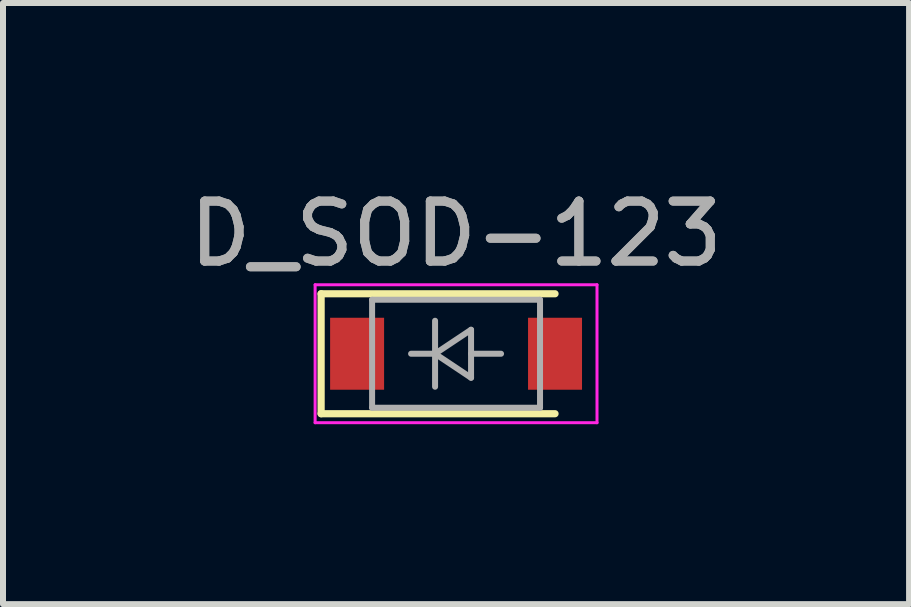
<source format=kicad_pcb>
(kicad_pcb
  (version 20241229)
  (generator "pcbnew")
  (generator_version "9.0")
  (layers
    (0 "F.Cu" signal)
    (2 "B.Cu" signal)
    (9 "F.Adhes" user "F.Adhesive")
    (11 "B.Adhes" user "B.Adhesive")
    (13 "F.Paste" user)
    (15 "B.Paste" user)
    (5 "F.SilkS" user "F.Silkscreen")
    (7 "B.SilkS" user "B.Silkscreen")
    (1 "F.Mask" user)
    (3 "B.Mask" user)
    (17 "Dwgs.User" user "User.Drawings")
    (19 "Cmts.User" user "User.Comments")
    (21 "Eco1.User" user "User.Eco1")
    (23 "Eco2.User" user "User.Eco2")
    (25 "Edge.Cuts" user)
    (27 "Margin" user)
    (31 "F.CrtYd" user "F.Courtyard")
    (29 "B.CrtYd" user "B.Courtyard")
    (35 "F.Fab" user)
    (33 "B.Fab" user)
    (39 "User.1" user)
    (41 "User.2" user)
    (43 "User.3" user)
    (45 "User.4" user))
  (footprint "D_SOD-123"
    (layer "F.Cu")
    (at 4.554 2.848)
    (property "Reference" "D_SOD-123" (at 0 -2 0) (layer "F.Fab") (effects (font (size 1 1) (thickness 0.15))))
    (attr smd)
    (fp_line (start -2.25 -1) (end -2.25 1) (stroke (width 0.12) (type solid)) (layer "F.SilkS"))
    (fp_line (start -2.25 -1) (end 1.65 -1) (stroke (width 0.12) (type solid)) (layer "F.SilkS"))
    (fp_line (start -2.25 1) (end 1.65 1) (stroke (width 0.12) (type solid)) (layer "F.SilkS"))
    (fp_line (start -2.35 -1.15) (end -2.35 1.15) (stroke (width 0.05) (type solid)) (layer "F.CrtYd"))
    (fp_line (start -2.35 -1.15) (end 2.35 -1.15) (stroke (width 0.05) (type solid)) (layer "F.CrtYd"))
    (fp_line (start 2.35 -1.15) (end 2.35 1.15) (stroke (width 0.05) (type solid)) (layer "F.CrtYd"))
    (fp_line (start 2.35 1.15) (end -2.35 1.15) (stroke (width 0.05) (type solid)) (layer "F.CrtYd"))
    (fp_line (start -1.4 -0.9) (end 1.4 -0.9) (stroke (width 0.1) (type solid)) (layer "F.Fab"))
    (fp_line (start -1.4 0.9) (end -1.4 -0.9) (stroke (width 0.1) (type solid)) (layer "F.Fab"))
    (fp_line (start -0.75 0) (end -0.35 0) (stroke (width 0.1) (type solid)) (layer "F.Fab"))
    (fp_line (start -0.35 0) (end -0.35 -0.55) (stroke (width 0.1) (type solid)) (layer "F.Fab"))
    (fp_line (start -0.35 0) (end -0.35 0.55) (stroke (width 0.1) (type solid)) (layer "F.Fab"))
    (fp_line (start -0.35 0) (end 0.25 -0.4) (stroke (width 0.1) (type solid)) (layer "F.Fab"))
    (fp_line (start 0.25 -0.4) (end 0.25 0.4) (stroke (width 0.1) (type solid)) (layer "F.Fab"))
    (fp_line (start 0.25 0) (end 0.75 0) (stroke (width 0.1) (type solid)) (layer "F.Fab"))
    (fp_line (start 0.25 0.4) (end -0.35 0) (stroke (width 0.1) (type solid)) (layer "F.Fab"))
    (fp_line (start 1.4 -0.9) (end 1.4 0.9) (stroke (width 0.1) (type solid)) (layer "F.Fab"))
    (fp_line (start 1.4 0.9) (end -1.4 0.9) (stroke (width 0.1) (type solid)) (layer "F.Fab"))
    (fp_text user "${REFERENCE}" (at 0 -2 0) (layer "F.Fab") (effects (font (size 1 1) (thickness 0.15))))
    (pad "1" smd rect (at -1.65 0) (size 0.9 1.2) (layers "F.Cu" "F.Mask" "F.Paste"))
    (pad "2" smd rect (at 1.65 0) (size 0.9 1.2) (layers "F.Cu" "F.Mask" "F.Paste")))
  (gr_rect
    (start -3 -3)
    (end 12.107 7.023)
    (stroke (width 0.1) (type default))
    (fill no)
    (layer "Edge.Cuts")))
</source>
